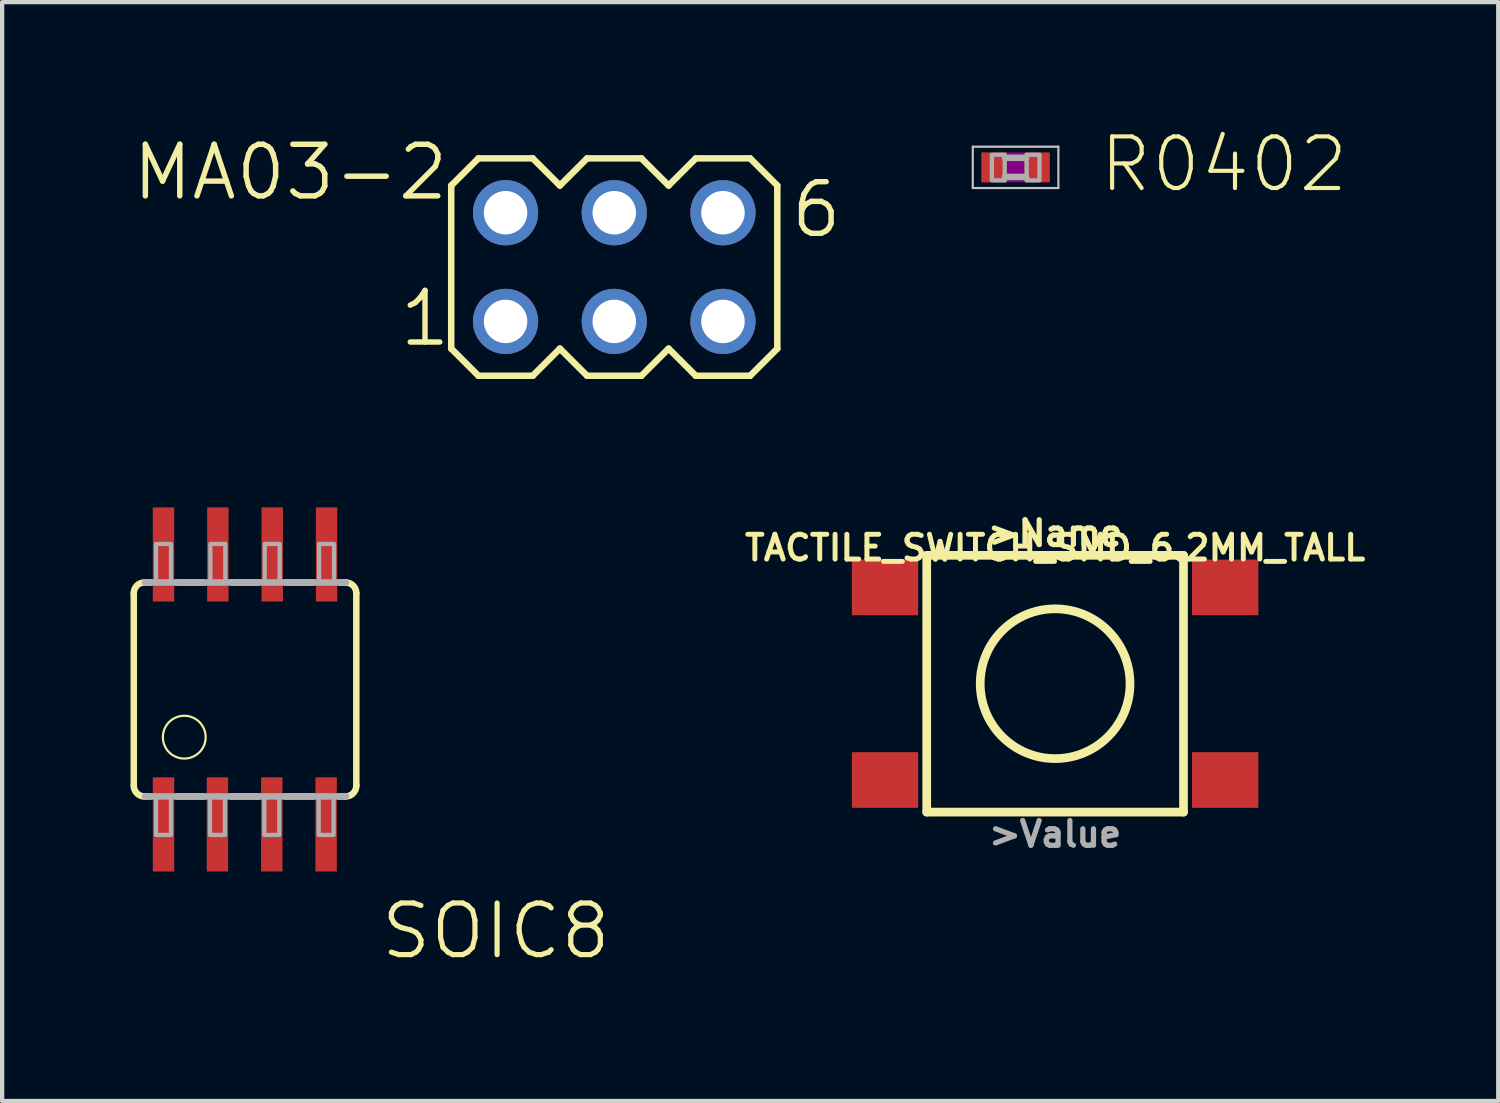
<source format=kicad_pcb>
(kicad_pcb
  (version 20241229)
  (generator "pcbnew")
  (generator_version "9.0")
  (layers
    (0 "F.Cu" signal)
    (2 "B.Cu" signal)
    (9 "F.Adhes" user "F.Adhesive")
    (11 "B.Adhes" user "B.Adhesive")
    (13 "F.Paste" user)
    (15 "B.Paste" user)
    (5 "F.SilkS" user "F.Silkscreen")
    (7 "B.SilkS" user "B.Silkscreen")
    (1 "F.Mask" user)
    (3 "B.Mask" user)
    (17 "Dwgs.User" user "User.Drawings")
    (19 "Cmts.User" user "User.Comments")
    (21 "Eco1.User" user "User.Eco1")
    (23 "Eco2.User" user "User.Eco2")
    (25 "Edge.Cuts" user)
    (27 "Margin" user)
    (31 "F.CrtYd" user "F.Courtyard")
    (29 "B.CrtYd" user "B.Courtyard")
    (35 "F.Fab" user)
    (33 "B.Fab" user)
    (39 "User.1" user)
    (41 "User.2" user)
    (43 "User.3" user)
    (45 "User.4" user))
  (footprint "SOIC8"
    (layer "F.Cu")
    (at 2.676 13.061)
    (property "Reference" "SOIC8" (at 3.111 6.35 180) (layer "F.SilkS") (effects (font (size 1.206 1.206) (thickness 0.121)) (justify left bottom)))
    (attr through_hole)
    (fp_line (start -2.6 -2.25) (end -2.6 2.24) (stroke (width 0.152) (type solid)) (layer "F.SilkS"))
    (fp_line (start -2.21 -2.5) (end -2.34 -2.5) (stroke (width 0.152) (type solid)) (layer "F.SilkS"))
    (fp_line (start -2.21 2.5) (end -2.34 2.5) (stroke (width 0.152) (type solid)) (layer "F.SilkS"))
    (fp_line (start -1.59 -2.5) (end -0.95 -2.5) (stroke (width 0.152) (type solid)) (layer "F.SilkS"))
    (fp_line (start -0.95 2.5) (end -1.59 2.5) (stroke (width 0.152) (type solid)) (layer "F.SilkS"))
    (fp_line (start -0.32 -2.5) (end 0.32 -2.5) (stroke (width 0.152) (type solid)) (layer "F.SilkS"))
    (fp_line (start 0.32 2.5) (end -0.33 2.5) (stroke (width 0.152) (type solid)) (layer "F.SilkS"))
    (fp_line (start 0.95 -2.5) (end 1.59 -2.5) (stroke (width 0.152) (type solid)) (layer "F.SilkS"))
    (fp_line (start 1.59 2.5) (end 0.94 2.5) (stroke (width 0.152) (type solid)) (layer "F.SilkS"))
    (fp_line (start 2.2 2.5) (end 2.33 2.5) (stroke (width 0.152) (type solid)) (layer "F.SilkS"))
    (fp_line (start 2.21 -2.5) (end 2.36 -2.5) (stroke (width 0.152) (type solid)) (layer "F.SilkS"))
    (fp_line (start 2.6 2.25) (end 2.6 -2.25) (stroke (width 0.152) (type solid)) (layer "F.SilkS"))
    (fp_arc (start -2.6 -2.25) (mid -2.526777 -2.426777) (end -2.35 -2.5) (stroke (width 0.1524) (type solid)) (layer "F.SilkS"))
    (fp_arc (start -2.35 2.5) (mid -2.526777 2.426777) (end -2.6 2.25) (stroke (width 0.1524) (type solid)) (layer "F.SilkS"))
    (fp_arc (start 2.35 -2.5) (mid 2.526777 -2.426777) (end 2.6 -2.25) (stroke (width 0.1524) (type solid)) (layer "F.SilkS"))
    (fp_arc (start 2.6 2.25) (mid 2.526777 2.426777) (end 2.35 2.5) (stroke (width 0.1524) (type solid)) (layer "F.SilkS"))
    (fp_circle (center -1.42 1.115) (end -0.92 1.115) (stroke (width 0.051) (type solid)) (fill no) (layer "F.SilkS"))
    (fp_line (start -2.34 -2.5) (end 2.36 -2.5) (stroke (width 0.152) (type solid)) (layer "F.Fab"))
    (fp_line (start 2.36 2.5) (end -2.34 2.5) (stroke (width 0.152) (type solid)) (layer "F.Fab"))
    (fp_poly (pts (xy -2.08 -2.5) (xy -1.73 -2.5) (xy -1.73 -3.4) (xy -2.08 -3.4)) (stroke (width 0.1) (type solid)) (fill no) (layer "F.Fab"))
    (fp_poly (pts (xy -2.08 3.4) (xy -1.73 3.4) (xy -1.73 2.5) (xy -2.08 2.5)) (stroke (width 0.1) (type solid)) (fill no) (layer "F.Fab"))
    (fp_poly (pts (xy -0.82 3.4) (xy -0.47 3.4) (xy -0.47 2.5) (xy -0.82 2.5)) (stroke (width 0.1) (type solid)) (fill no) (layer "F.Fab"))
    (fp_poly (pts (xy -0.81 -2.5) (xy -0.46 -2.5) (xy -0.46 -3.4) (xy -0.81 -3.4)) (stroke (width 0.1) (type solid)) (fill no) (layer "F.Fab"))
    (fp_poly (pts (xy 0.45 3.4) (xy 0.8 3.4) (xy 0.8 2.5) (xy 0.45 2.5)) (stroke (width 0.1) (type solid)) (fill no) (layer "F.Fab"))
    (fp_poly (pts (xy 0.46 -2.5) (xy 0.81 -2.5) (xy 0.81 -3.4) (xy 0.46 -3.4)) (stroke (width 0.1) (type solid)) (fill no) (layer "F.Fab"))
    (fp_poly (pts (xy 1.72 3.4) (xy 2.07 3.4) (xy 2.07 2.5) (xy 1.72 2.5)) (stroke (width 0.1) (type solid)) (fill no) (layer "F.Fab"))
    (fp_poly (pts (xy 1.73 -2.5) (xy 2.08 -2.5) (xy 2.08 -3.4) (xy 1.73 -3.4)) (stroke (width 0.1) (type solid)) (fill no) (layer "F.Fab"))
    (pad "1" smd rect (at -1.905 3.154) (size 0.5 2.2) (layers "F.Cu" "F.Mask" "F.Paste"))
    (pad "2" smd rect (at -0.645 3.154) (size 0.5 2.2) (layers "F.Cu" "F.Mask" "F.Paste"))
    (pad "3" smd rect (at 0.625 3.154) (size 0.5 2.2) (layers "F.Cu" "F.Mask" "F.Paste"))
    (pad "4" smd rect (at 1.895 3.154) (size 0.5 2.2) (layers "F.Cu" "F.Mask" "F.Paste"))
    (pad "5" smd rect (at 1.905 -3.154) (size 0.5 2.2) (layers "F.Cu" "F.Mask" "F.Paste"))
    (pad "6" smd rect (at 0.635 -3.154) (size 0.5 2.2) (layers "F.Cu" "F.Mask" "F.Paste"))
    (pad "7" smd rect (at -0.635 -3.154) (size 0.5 2.2) (layers "F.Cu" "F.Mask" "F.Paste"))
    (pad "8" smd rect (at -1.905 -3.154) (size 0.5 2.2) (layers "F.Cu" "F.Mask" "F.Paste")))
  (footprint "MA03-2"
    (layer "F.Cu")
    (at 11.304 3.191)
    (property "Reference" "MA03-2" (at -3.81 -2.921 0) (layer "F.SilkS") (effects (font (size 1.206 1.206) (thickness 0.127)) (justify right top)))
    (attr through_hole)
    (fp_line (start -3.81 -1.905) (end -3.81 1.905) (stroke (width 0.152) (type solid)) (layer "F.SilkS"))
    (fp_line (start -3.81 1.905) (end -3.175 2.54) (stroke (width 0.152) (type solid)) (layer "F.SilkS"))
    (fp_line (start -3.175 -2.54) (end -3.81 -1.905) (stroke (width 0.152) (type solid)) (layer "F.SilkS"))
    (fp_line (start -3.175 -2.54) (end -1.905 -2.54) (stroke (width 0.152) (type solid)) (layer "F.SilkS"))
    (fp_line (start -1.905 -2.54) (end -1.27 -1.905) (stroke (width 0.152) (type solid)) (layer "F.SilkS"))
    (fp_line (start -1.905 2.54) (end -3.175 2.54) (stroke (width 0.152) (type solid)) (layer "F.SilkS"))
    (fp_line (start -1.27 -1.905) (end -0.635 -2.54) (stroke (width 0.152) (type solid)) (layer "F.SilkS"))
    (fp_line (start -1.27 1.905) (end -1.905 2.54) (stroke (width 0.152) (type solid)) (layer "F.SilkS"))
    (fp_line (start -0.635 -2.54) (end 0.635 -2.54) (stroke (width 0.152) (type solid)) (layer "F.SilkS"))
    (fp_line (start -0.635 2.54) (end -1.27 1.905) (stroke (width 0.152) (type solid)) (layer "F.SilkS"))
    (fp_line (start 0.635 -2.54) (end 1.27 -1.905) (stroke (width 0.152) (type solid)) (layer "F.SilkS"))
    (fp_line (start 0.635 2.54) (end -0.635 2.54) (stroke (width 0.152) (type solid)) (layer "F.SilkS"))
    (fp_line (start 1.27 -1.905) (end 1.905 -2.54) (stroke (width 0.152) (type solid)) (layer "F.SilkS"))
    (fp_line (start 1.27 1.905) (end 0.635 2.54) (stroke (width 0.152) (type solid)) (layer "F.SilkS"))
    (fp_line (start 1.905 -2.54) (end 3.175 -2.54) (stroke (width 0.152) (type solid)) (layer "F.SilkS"))
    (fp_line (start 1.905 2.54) (end 1.27 1.905) (stroke (width 0.152) (type solid)) (layer "F.SilkS"))
    (fp_line (start 3.175 -2.54) (end 3.81 -1.905) (stroke (width 0.152) (type solid)) (layer "F.SilkS"))
    (fp_line (start 3.175 2.54) (end 1.905 2.54) (stroke (width 0.152) (type solid)) (layer "F.SilkS"))
    (fp_line (start 3.81 -1.905) (end 3.81 1.905) (stroke (width 0.152) (type solid)) (layer "F.SilkS"))
    (fp_line (start 3.81 1.905) (end 3.175 2.54) (stroke (width 0.152) (type solid)) (layer "F.SilkS"))
    (fp_poly (pts (xy -2.794 -1.016) (xy -2.286 -1.016) (xy -2.286 -1.524) (xy -2.794 -1.524)) (stroke (width 0.1) (type solid)) (fill no) (layer "F.Fab"))
    (fp_poly (pts (xy -2.794 1.524) (xy -2.286 1.524) (xy -2.286 1.016) (xy -2.794 1.016)) (stroke (width 0.1) (type solid)) (fill no) (layer "F.Fab"))
    (fp_poly (pts (xy -0.254 -1.016) (xy 0.254 -1.016) (xy 0.254 -1.524) (xy -0.254 -1.524)) (stroke (width 0.1) (type solid)) (fill no) (layer "F.Fab"))
    (fp_poly (pts (xy -0.254 1.524) (xy 0.254 1.524) (xy 0.254 1.016) (xy -0.254 1.016)) (stroke (width 0.1) (type solid)) (fill no) (layer "F.Fab"))
    (fp_poly (pts (xy 2.286 -1.016) (xy 2.794 -1.016) (xy 2.794 -1.524) (xy 2.286 -1.524)) (stroke (width 0.1) (type solid)) (fill no) (layer "F.Fab"))
    (fp_poly (pts (xy 2.286 1.524) (xy 2.794 1.524) (xy 2.794 1.016) (xy 2.286 1.016)) (stroke (width 0.1) (type solid)) (fill no) (layer "F.Fab"))
    (fp_text user "6" (at 4.064 -0.635 0) (layer "F.SilkS") (effects (font (size 1.206 1.206) (thickness 0.127)) (justify left bottom)))
    (fp_text user "1" (at -5.08 1.905 0) (layer "F.SilkS") (effects (font (size 1.206 1.206) (thickness 0.127)) (justify left bottom)))
    (pad "1" thru_hole circle (at -2.54 1.27) (size 1.524 1.524) (drill 1.016) (layers "*.Cu" "*.Mask"))
    (pad "2" thru_hole circle (at -2.54 -1.27) (size 1.524 1.524) (drill 1.016) (layers "*.Cu" "*.Mask"))
    (pad "3" thru_hole circle (at 0 1.27) (size 1.524 1.524) (drill 1.016) (layers "*.Cu" "*.Mask"))
    (pad "4" thru_hole circle (at 0 -1.27) (size 1.524 1.524) (drill 1.016) (layers "*.Cu" "*.Mask"))
    (pad "5" thru_hole circle (at 2.54 1.27) (size 1.524 1.524) (drill 1.016) (layers "*.Cu" "*.Mask"))
    (pad "6" thru_hole circle (at 2.54 -1.27) (size 1.524 1.524) (drill 1.016) (layers "*.Cu" "*.Mask")))
  (footprint "TACTILE_SWITCH_SMD_6.2MM_TALL"
    (layer "F.Cu")
    (at 21.606 12.927)
    (property "Reference" "TACTILE_SWITCH_SMD_6.2MM_TALL" (at 0 -3.175 0) (layer "F.SilkS") (effects (font (size 0.579 0.579) (thickness 0.116))))
    (attr through_hole)
    (fp_line (start -3 -3) (end -3 3) (stroke (width 0.203) (type solid)) (layer "F.SilkS"))
    (fp_line (start -3 3) (end 3 3) (stroke (width 0.203) (type solid)) (layer "F.SilkS"))
    (fp_line (start 3 -3) (end -3 -3) (stroke (width 0.203) (type solid)) (layer "F.SilkS"))
    (fp_line (start 3 3) (end 3 -3) (stroke (width 0.203) (type solid)) (layer "F.SilkS"))
    (fp_circle (center 0 0) (end 1.75 0) (stroke (width 0.203) (type solid)) (fill no) (layer "F.SilkS"))
    (fp_text user ">Name" (at 0 -3.175 0) (layer "F.SilkS") (effects (font (size 0.579 0.579) (thickness 0.122)) (justify bottom)))
    (fp_text user ">Value" (at 0 3.175 0) (layer "F.Fab") (effects (font (size 0.579 0.579) (thickness 0.122)) (justify top)))
    (pad "A1" smd rect (at -3.975 2.25 90) (size 1.3 1.55) (layers "F.Cu" "F.Mask" "F.Paste"))
    (pad "A2" smd rect (at 3.975 2.25 90) (size 1.3 1.55) (layers "F.Cu" "F.Mask" "F.Paste"))
    (pad "B1" smd rect (at -3.975 -2.25 90) (size 1.3 1.55) (layers "F.Cu" "F.Mask" "F.Paste"))
    (pad "B2" smd rect (at 3.975 -2.25 90) (size 1.3 1.55) (layers "F.Cu" "F.Mask" "F.Paste")))
  (footprint "R0402"
    (layer "F.Cu")
    (at 20.682 0.861)
    (property "Reference" "R0402" (at 1.905 0.635 0) (layer "F.SilkS") (effects (font (size 1.206 1.206) (thickness 0.097)) (justify left bottom)))
    (attr through_hole)
    (fp_poly (pts (xy -0.2 0.35) (xy 0.2 0.35) (xy 0.2 -0.35) (xy -0.2 -0.35)) (stroke (width 0) (type solid)) (fill yes) (layer "F.Adhes"))
    (fp_line (start -1 -0.483) (end 1 -0.483) (stroke (width 0.051) (type solid)) (layer "Dwgs.User"))
    (fp_line (start -1 0.483) (end -1 -0.483) (stroke (width 0.051) (type solid)) (layer "Dwgs.User"))
    (fp_line (start 1 -0.483) (end 1 0.483) (stroke (width 0.051) (type solid)) (layer "Dwgs.User"))
    (fp_line (start 1 0.483) (end -1 0.483) (stroke (width 0.051) (type solid)) (layer "Dwgs.User"))
    (fp_line (start -0.245 -0.224) (end 0.245 -0.224) (stroke (width 0.152) (type solid)) (layer "F.Fab"))
    (fp_line (start 0.245 0.224) (end -0.245 0.224) (stroke (width 0.152) (type solid)) (layer "F.Fab"))
    (fp_poly (pts (xy -0.554 0.305) (xy -0.254 0.305) (xy -0.254 -0.295) (xy -0.554 -0.295)) (stroke (width 0.1) (type solid)) (fill no) (layer "F.Fab"))
    (fp_poly (pts (xy 0.259 0.305) (xy 0.559 0.305) (xy 0.559 -0.295) (xy 0.259 -0.295)) (stroke (width 0.1) (type solid)) (fill no) (layer "F.Fab"))
    (pad "1" smd rect (at -0.5 0) (size 0.6 0.7) (layers "F.Cu" "F.Mask" "F.Paste"))
    (pad "2" smd rect (at 0.5 0) (size 0.6 0.7) (layers "F.Cu" "F.Mask" "F.Paste")))
  (gr_rect
    (start -3 -3)
    (end 31.961 22.678)
    (stroke (width 0.1) (type default))
    (fill no)
    (layer "Edge.Cuts")))
</source>
